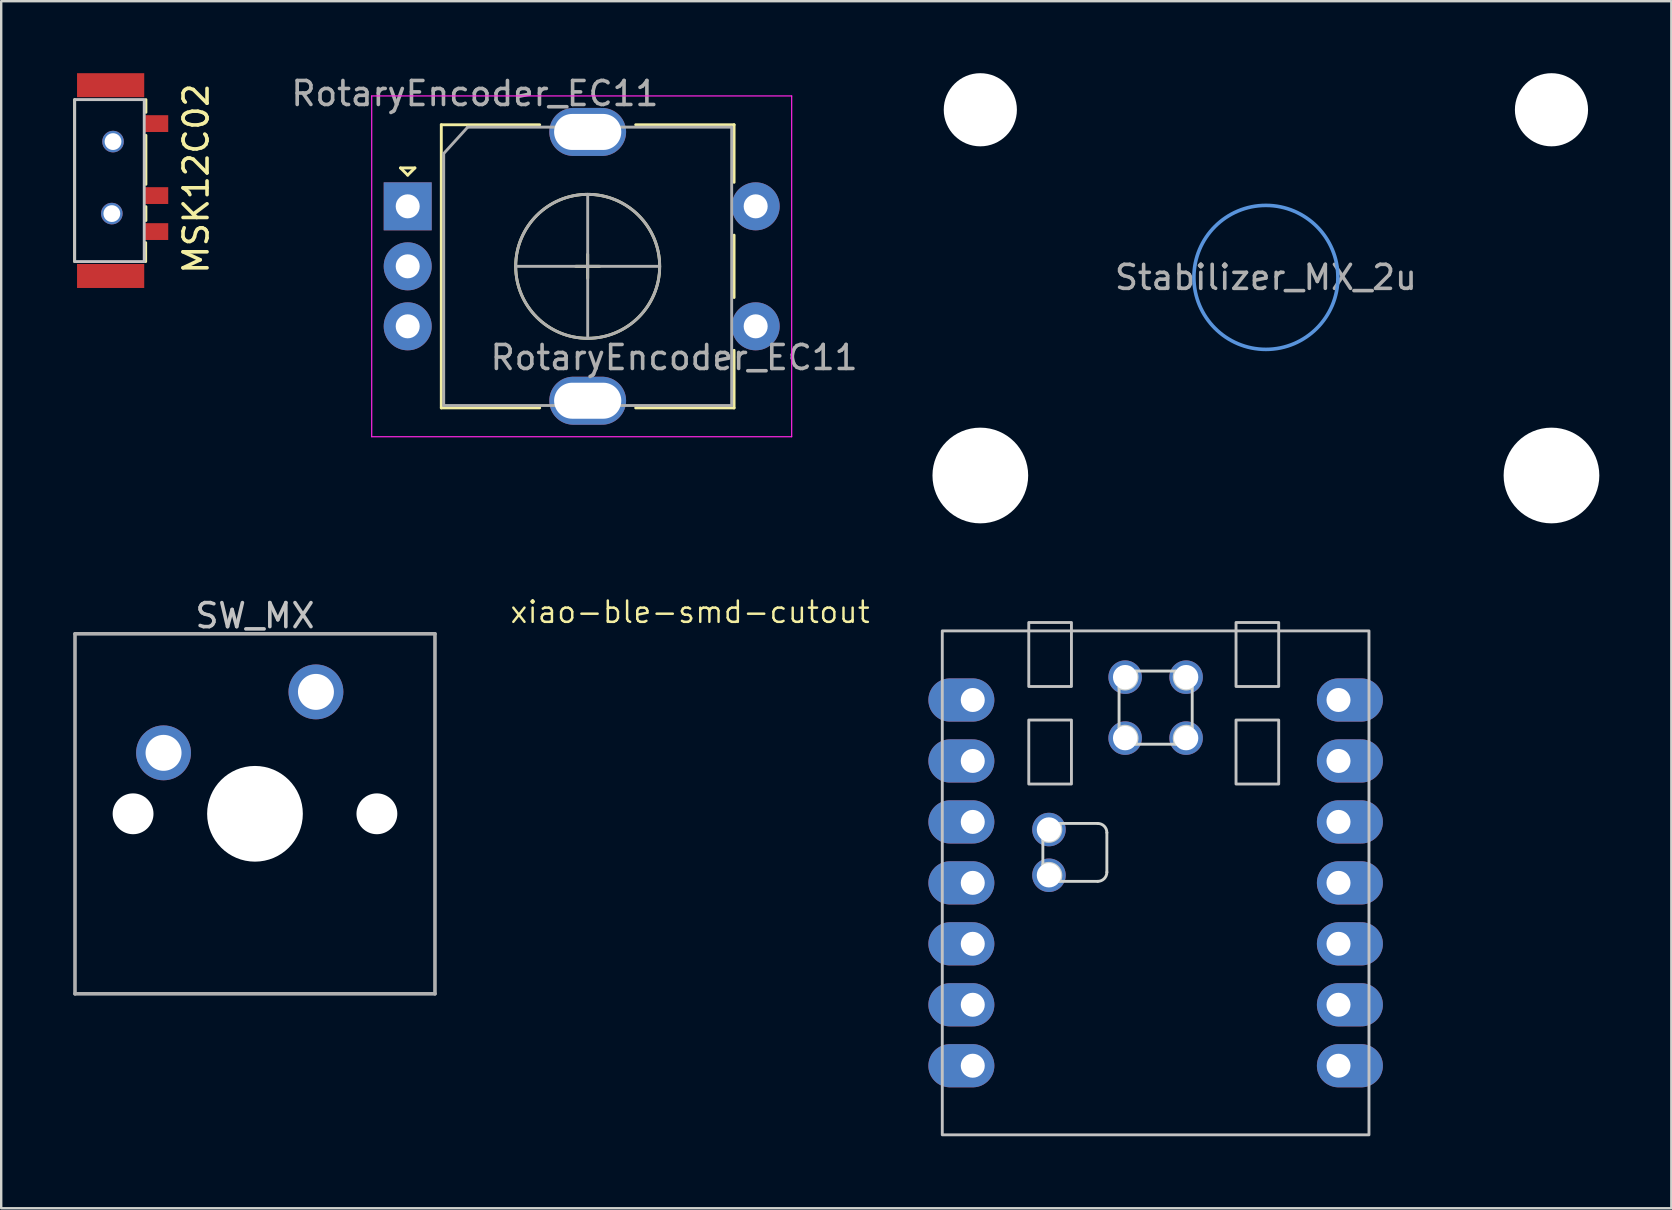
<source format=kicad_pcb>
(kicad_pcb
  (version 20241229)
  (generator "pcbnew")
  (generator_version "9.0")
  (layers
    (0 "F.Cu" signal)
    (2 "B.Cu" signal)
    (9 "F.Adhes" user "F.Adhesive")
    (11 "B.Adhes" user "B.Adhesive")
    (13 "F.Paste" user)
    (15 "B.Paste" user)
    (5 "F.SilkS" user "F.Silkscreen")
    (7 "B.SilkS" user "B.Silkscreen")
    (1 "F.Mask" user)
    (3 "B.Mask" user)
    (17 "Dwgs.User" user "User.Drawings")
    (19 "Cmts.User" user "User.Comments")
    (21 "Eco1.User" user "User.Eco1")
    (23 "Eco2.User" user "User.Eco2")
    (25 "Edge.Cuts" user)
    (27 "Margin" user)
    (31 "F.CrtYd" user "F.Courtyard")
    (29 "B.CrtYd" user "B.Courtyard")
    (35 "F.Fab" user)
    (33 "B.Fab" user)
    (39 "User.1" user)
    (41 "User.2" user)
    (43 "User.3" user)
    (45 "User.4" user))
  (footprint "Stabilizer_MX_2u"
    (layer "F.Cu")
    (at 49.7 8.509)
    (property "Reference" "Stabilizer_MX_2u" (at 0 0 180) (layer "F.Fab") (effects (font (size 1 1) (thickness 0.15))))
    (attr through_hole)
    (fp_circle (center 0 0) (end 3 0) (stroke (width 0.15) (type solid)) (fill no) (layer "Cmts.User"))
    (pad "" np_thru_hole circle (at -11.9 -6.985) (size 3.048 3.048) (drill 3.048) (layers "*.Cu" "*.Mask"))
    (pad "" np_thru_hole circle (at -11.9 8.255) (size 3.988 3.988) (drill 3.988) (layers "*.Cu" "*.Mask"))
    (pad "" np_thru_hole circle (at 11.9 -6.985) (size 3.048 3.048) (drill 3.048) (layers "*.Cu" "*.Mask"))
    (pad "" np_thru_hole circle (at 11.9 8.255) (size 3.988 3.988) (drill 3.988) (layers "*.Cu" "*.Mask")))
  (footprint "SW_MX"
    (layer "F.Cu")
    (at 7.575 30.861)
    (property "Reference" "SW_MX" (at 0 -8.255 180) (layer "Dwgs.User") (effects (font (size 1 1) (thickness 0.15))))
    (attr through_hole)
    (fp_line (start -6.9 6.9) (end -6.9 -6.9) (stroke (width 0.15) (type solid)) (layer "Eco2.User"))
    (fp_line (start -6.9 6.9) (end 6.9 6.9) (stroke (width 0.15) (type solid)) (layer "Eco2.User"))
    (fp_line (start 6.9 -6.9) (end -6.9 -6.9) (stroke (width 0.15) (type solid)) (layer "Eco2.User"))
    (fp_line (start 6.9 -6.9) (end 6.9 6.9) (stroke (width 0.15) (type solid)) (layer "Eco2.User"))
    (fp_line (start -7.5 -7.5) (end 7.5 -7.5) (stroke (width 0.15) (type solid)) (layer "F.Fab"))
    (fp_line (start -7.5 7.5) (end -7.5 -7.5) (stroke (width 0.15) (type solid)) (layer "F.Fab"))
    (fp_line (start 7.5 -7.5) (end 7.5 7.5) (stroke (width 0.15) (type solid)) (layer "F.Fab"))
    (fp_line (start 7.5 7.5) (end -7.5 7.5) (stroke (width 0.15) (type solid)) (layer "F.Fab"))
    (pad "" np_thru_hole circle (at -5.08 0) (size 1.702 1.702) (drill 1.702) (layers "*.Cu" "*.Mask"))
    (pad "" np_thru_hole circle (at 0 0) (size 3.988 3.988) (drill 3.988) (layers "*.Cu" "*.Mask"))
    (pad "" np_thru_hole circle (at 5.08 0) (size 1.702 1.702) (drill 1.702) (layers "*.Cu" "*.Mask"))
    (pad "1" thru_hole circle (at 2.54 -5.08) (size 2.286 2.286) (drill 1.499) (layers "*.Cu" "*.Mask"))
    (pad "2" thru_hole circle (at -3.81 -2.54) (size 2.286 2.286) (drill 1.499) (layers "*.Cu" "*.Mask")))
  (footprint "MSK12C02"
    (layer "F.Cu")
    (at 0.26 0.6)
    (property "Reference" "MSK12C02" (at 4.862 3.794 90) (layer "F.SilkS") (effects (font (size 1 1) (thickness 0.15))))
    (attr smd)
    (fp_line (start -0.2 7.25) (end -0.2 0.5) (stroke (width 0.12) (type solid)) (layer "F.SilkS"))
    (fp_line (start 2.76 6.46) (end 2.76 7.25) (stroke (width 0.12) (type solid)) (layer "F.SilkS"))
    (fp_line (start 2.77 1.03) (end 2.77 0.5) (stroke (width 0.12) (type solid)) (layer "F.SilkS"))
    (fp_line (start 2.77 1.99) (end 2.77 4.03) (stroke (width 0.12) (type solid)) (layer "F.SilkS"))
    (fp_line (start 2.77 4.96) (end 2.77 5.54) (stroke (width 0.12) (type solid)) (layer "F.SilkS"))
    (fp_rect (start -0.2 0.5) (end 2.7 7.25) (stroke (width 0.12) (type solid)) (fill no) (layer "Dwgs.User"))
    (pad "" np_thru_hole circle (at 1.35 5.25) (size 0.9 0.9) (drill 0.7) (layers "*.Cu" "*.Mask"))
    (pad "" np_thru_hole circle (at 1.4 2.25) (size 0.9 0.9) (drill 0.7) (layers "*.Cu" "*.Mask"))
    (pad "1" smd rect (at 3.2 1.5 90) (size 0.7 1) (layers "F.Cu" "F.Mask" "F.Paste"))
    (pad "2" smd rect (at 3.2 4.5 90) (size 0.7 1) (layers "F.Cu" "F.Mask" "F.Paste"))
    (pad "3" smd rect (at 3.2 6 90) (size 0.7 1) (layers "F.Cu" "F.Mask" "F.Paste"))
    (pad "NC" smd rect (at 1.3 -0.1) (size 2.8 1) (layers "F.Cu" "F.Mask" "F.Paste"))
    (pad "NC" smd rect (at 1.3 7.85) (size 2.8 1) (layers "F.Cu" "F.Mask" "F.Paste")))
  (footprint "RotaryEncoder_EC11"
    (layer "F.Cu")
    (at 21.439 8.048)
    (property "Reference" "RotaryEncoder_EC11" (at -4.7 -7.2 180) (layer "F.Fab") (effects (font (size 1 1) (thickness 0.15))))
    (attr through_hole)
    (fp_line (start -7.8 -4.1) (end -7.2 -4.1) (stroke (width 0.12) (type solid)) (layer "F.SilkS"))
    (fp_line (start -7.5 -3.8) (end -7.8 -4.1) (stroke (width 0.12) (type solid)) (layer "F.SilkS"))
    (fp_line (start -7.2 -4.1) (end -7.5 -3.8) (stroke (width 0.12) (type solid)) (layer "F.SilkS"))
    (fp_line (start -6.1 -5.9) (end -6.1 5.9) (stroke (width 0.12) (type solid)) (layer "F.SilkS"))
    (fp_line (start -2 -5.9) (end -6.1 -5.9) (stroke (width 0.12) (type solid)) (layer "F.SilkS"))
    (fp_line (start -2 5.9) (end -6.1 5.9) (stroke (width 0.12) (type solid)) (layer "F.SilkS"))
    (fp_line (start -0.5 0) (end 0.5 0) (stroke (width 0.12) (type solid)) (layer "F.SilkS"))
    (fp_line (start 0 -0.5) (end 0 0.5) (stroke (width 0.12) (type solid)) (layer "F.SilkS"))
    (fp_line (start 2 -5.9) (end 6.1 -5.9) (stroke (width 0.12) (type solid)) (layer "F.SilkS"))
    (fp_line (start 6.1 -5.9) (end 6.1 -3.5) (stroke (width 0.12) (type solid)) (layer "F.SilkS"))
    (fp_line (start 6.1 -1.3) (end 6.1 1.3) (stroke (width 0.12) (type solid)) (layer "F.SilkS"))
    (fp_line (start 6.1 3.5) (end 6.1 5.9) (stroke (width 0.12) (type solid)) (layer "F.SilkS"))
    (fp_line (start 6.1 5.9) (end 2 5.9) (stroke (width 0.12) (type solid)) (layer "F.SilkS"))
    (fp_circle (center 0 0) (end 3 0) (stroke (width 0.12) (type solid)) (fill no) (layer "F.SilkS"))
    (fp_line (start -9 -7.1) (end -9 7.1) (stroke (width 0.05) (type solid)) (layer "F.CrtYd"))
    (fp_line (start -9 -7.1) (end 8.5 -7.1) (stroke (width 0.05) (type solid)) (layer "F.CrtYd"))
    (fp_line (start 8.5 7.1) (end -9 7.1) (stroke (width 0.05) (type solid)) (layer "F.CrtYd"))
    (fp_line (start 8.5 7.1) (end 8.5 -7.1) (stroke (width 0.05) (type solid)) (layer "F.CrtYd"))
    (fp_line (start -6 -4.7) (end -5 -5.8) (stroke (width 0.12) (type solid)) (layer "F.Fab"))
    (fp_line (start -6 5.8) (end -6 -4.7) (stroke (width 0.12) (type solid)) (layer "F.Fab"))
    (fp_line (start -5 -5.8) (end 6 -5.8) (stroke (width 0.12) (type solid)) (layer "F.Fab"))
    (fp_line (start -3 0) (end 3 0) (stroke (width 0.12) (type solid)) (layer "F.Fab"))
    (fp_line (start 0 -3) (end 0 3) (stroke (width 0.12) (type solid)) (layer "F.Fab"))
    (fp_line (start 6 -5.8) (end 6 5.8) (stroke (width 0.12) (type solid)) (layer "F.Fab"))
    (fp_line (start 6 5.8) (end -6 5.8) (stroke (width 0.12) (type solid)) (layer "F.Fab"))
    (fp_circle (center 0 0) (end 3 0) (stroke (width 0.12) (type solid)) (fill no) (layer "F.Fab"))
    (fp_text user "${REFERENCE}" (at 3.6 3.8 180) (layer "F.Fab") (effects (font (size 1 1) (thickness 0.15))))
    (pad "" np_thru_hole oval (at 0 -5.6) (size 3.2 2) (drill oval 2.8 1.5) (layers "*.Cu" "*.Mask"))
    (pad "" np_thru_hole oval (at 0 5.6) (size 3.2 2) (drill oval 2.8 1.5) (layers "*.Cu" "*.Mask"))
    (pad "A" thru_hole rect (at -7.5 -2.5) (size 2 2) (drill 1) (layers "*.Cu" "*.Mask"))
    (pad "B" thru_hole circle (at -7.5 2.5) (size 2 2) (drill 1) (layers "*.Cu" "*.Mask"))
    (pad "C" thru_hole circle (at -7.5 0) (size 2 2) (drill 1) (layers "*.Cu" "*.Mask"))
    (pad "S1" thru_hole circle (at 7 2.5) (size 2 2) (drill 1) (layers "*.Cu" "*.Mask"))
    (pad "S2" thru_hole circle (at 7 -2.5) (size 2 2) (drill 1) (layers "*.Cu" "*.Mask")))
  (footprint "xiao-ble-smd-cutout"
    (layer "F.Cu")
    (at 45.105 33.739)
    (property "Reference" "xiao-ble-smd-cutout" (at -19.399 -11.283 0) (layer "F.SilkS") (effects (font (size 0.889 0.889) (thickness 0.102))))
    (attr smd exclude_from_pos_files)
    (fp_rect (start -8.89 10.5) (end 8.89 -10.5) (stroke (width 0.12) (type solid)) (fill no) (layer "Dwgs.User"))
    (fp_rect (start -5.286 -6.786) (end -3.508 -4.119) (stroke (width 0.12) (type solid)) (fill no) (layer "Dwgs.User"))
    (fp_rect (start -3.508 -8.183) (end -5.286 -10.85) (stroke (width 0.12) (type solid)) (fill no) (layer "Dwgs.User"))
    (fp_rect (start 3.35 -10.85) (end 5.128 -8.183) (stroke (width 0.12) (type solid)) (fill no) (layer "Dwgs.User"))
    (fp_rect (start 3.35 -6.786) (end 5.128 -4.119) (stroke (width 0.12) (type solid)) (fill no) (layer "Dwgs.User"))
    (fp_line (start -4.699 -0.749) (end -4.699 -1.79) (stroke (width 0.12) (type solid)) (layer "Edge.Cuts"))
    (fp_line (start -4.013 -2.476) (end -2.413 -2.476) (stroke (width 0.12) (type solid)) (layer "Edge.Cuts"))
    (fp_line (start -2.413 -0.063) (end -4.013 -0.063) (stroke (width 0.12) (type solid)) (layer "Edge.Cuts"))
    (fp_line (start -2.032 -2.095) (end -2.032 -0.444) (stroke (width 0.12) (type solid)) (layer "Edge.Cuts"))
    (fp_line (start -1.524 -6.464) (end -1.524 -8.14) (stroke (width 0.12) (type solid)) (layer "Edge.Cuts"))
    (fp_line (start -0.838 -8.826) (end 0.838 -8.826) (stroke (width 0.12) (type solid)) (layer "Edge.Cuts"))
    (fp_line (start -0.838 -5.778) (end 0.838 -5.778) (stroke (width 0.12) (type solid)) (layer "Edge.Cuts"))
    (fp_line (start 1.524 -6.464) (end 1.524 -8.14) (stroke (width 0.12) (type solid)) (layer "Edge.Cuts"))
    (fp_arc (start -4.699 -0.7488) (mid -4.095391 -0.666609) (end -4.0132 -0.063) (stroke (width 0.12) (type solid)) (layer "Edge.Cuts"))
    (fp_arc (start -4.0132 -2.476) (mid -4.095391 -1.872391) (end -4.699 -1.7902) (stroke (width 0.12) (type solid)) (layer "Edge.Cuts"))
    (fp_arc (start -2.413 -2.476) (mid -2.143592 -2.364408) (end -2.032 -2.095) (stroke (width 0.12) (type solid)) (layer "Edge.Cuts"))
    (fp_arc (start -2.032 -0.444) (mid -2.143592 -0.174592) (end -2.413 -0.063) (stroke (width 0.12) (type solid)) (layer "Edge.Cuts"))
    (fp_arc (start -1.524 -6.4638) (mid -0.920391 -6.381609) (end -0.8382 -5.778) (stroke (width 0.12) (type solid)) (layer "Edge.Cuts"))
    (fp_arc (start -0.8382 -8.826) (mid -0.920391 -8.222391) (end -1.524 -8.1402) (stroke (width 0.12) (type solid)) (layer "Edge.Cuts"))
    (fp_arc (start 0.8382 -5.778) (mid 0.920391 -6.381609) (end 1.524 -6.4638) (stroke (width 0.12) (type solid)) (layer "Edge.Cuts"))
    (fp_arc (start 1.524 -8.1402) (mid 0.920393 -8.222393) (end 0.8382 -8.826) (stroke (width 0.12) (type solid)) (layer "Edge.Cuts"))
    (pad "1" thru_hole oval (at -7.62 -7.62) (size 2.75 1.8) (drill 1 (offset -0.475 0)) (layers "*.Cu" "*.Mask"))
    (pad "2" thru_hole oval (at -7.62 -5.08) (size 2.75 1.8) (drill 1 (offset -0.475 0)) (layers "*.Cu" "*.Mask"))
    (pad "3" thru_hole oval (at -7.62 -2.54) (size 2.75 1.8) (drill 1 (offset -0.475 0)) (layers "*.Cu" "*.Mask"))
    (pad "4" thru_hole oval (at -7.62 0) (size 2.75 1.8) (drill 1 (offset -0.475 0)) (layers "*.Cu" "*.Mask"))
    (pad "5" thru_hole oval (at -7.62 2.54) (size 2.75 1.8) (drill 1 (offset -0.475 0)) (layers "*.Cu" "*.Mask"))
    (pad "6" thru_hole oval (at -7.62 5.08) (size 2.75 1.8) (drill 1 (offset -0.475 0)) (layers "*.Cu" "*.Mask"))
    (pad "7" thru_hole oval (at -7.62 7.62) (size 2.75 1.8) (drill 1 (offset -0.475 0)) (layers "*.Cu" "*.Mask"))
    (pad "8" thru_hole oval (at 7.62 7.62 180) (size 2.75 1.8) (drill 1 (offset -0.475 0)) (layers "*.Cu" "*.Mask"))
    (pad "9" thru_hole oval (at 7.62 5.08 180) (size 2.75 1.8) (drill 1 (offset -0.475 0)) (layers "*.Cu" "*.Mask"))
    (pad "10" thru_hole oval (at 7.62 2.54 180) (size 2.75 1.8) (drill 1 (offset -0.475 0)) (layers "*.Cu" "*.Mask"))
    (pad "11" thru_hole oval (at 7.62 0 180) (size 2.75 1.8) (drill 1 (offset -0.475 0)) (layers "*.Cu" "*.Mask"))
    (pad "12" thru_hole oval (at 7.62 -2.54 180) (size 2.75 1.8) (drill 1 (offset -0.475 0)) (layers "*.Cu" "*.Mask"))
    (pad "13" thru_hole oval (at 7.62 -5.08 180) (size 2.75 1.8) (drill 1 (offset -0.475 0)) (layers "*.Cu" "*.Mask"))
    (pad "14" thru_hole oval (at 7.62 -7.62 180) (size 2.75 1.8) (drill 1 (offset -0.475 0)) (layers "*.Cu" "*.Mask"))
    (pad "15" thru_hole circle (at -1.27 -8.572 90) (size 1.397 1.397) (drill 1.016) (layers "*.Cu" "*.Mask"))
    (pad "16" thru_hole circle (at 1.27 -8.572 90) (size 1.397 1.397) (drill 1.016) (layers "*.Cu" "*.Mask"))
    (pad "17" thru_hole circle (at -1.27 -6.032 90) (size 1.397 1.397) (drill 1.016) (layers "*.Cu" "*.Mask"))
    (pad "18" thru_hole circle (at 1.27 -6.032 90) (size 1.397 1.397) (drill 1.016) (layers "*.Cu" "*.Mask"))
    (pad "19" thru_hole circle (at -4.445 -0.317 180) (size 1.397 1.397) (drill 1.016) (layers "*.Cu" "*.Mask"))
    (pad "20" thru_hole circle (at -4.445 -2.222 180) (size 1.397 1.397) (drill 1.016) (layers "*.Cu" "*.Mask")))
  (gr_rect
    (start -3 -3)
    (end 66.594 47.299)
    (stroke (width 0.1) (type default))
    (fill no)
    (layer "Edge.Cuts")))
</source>
